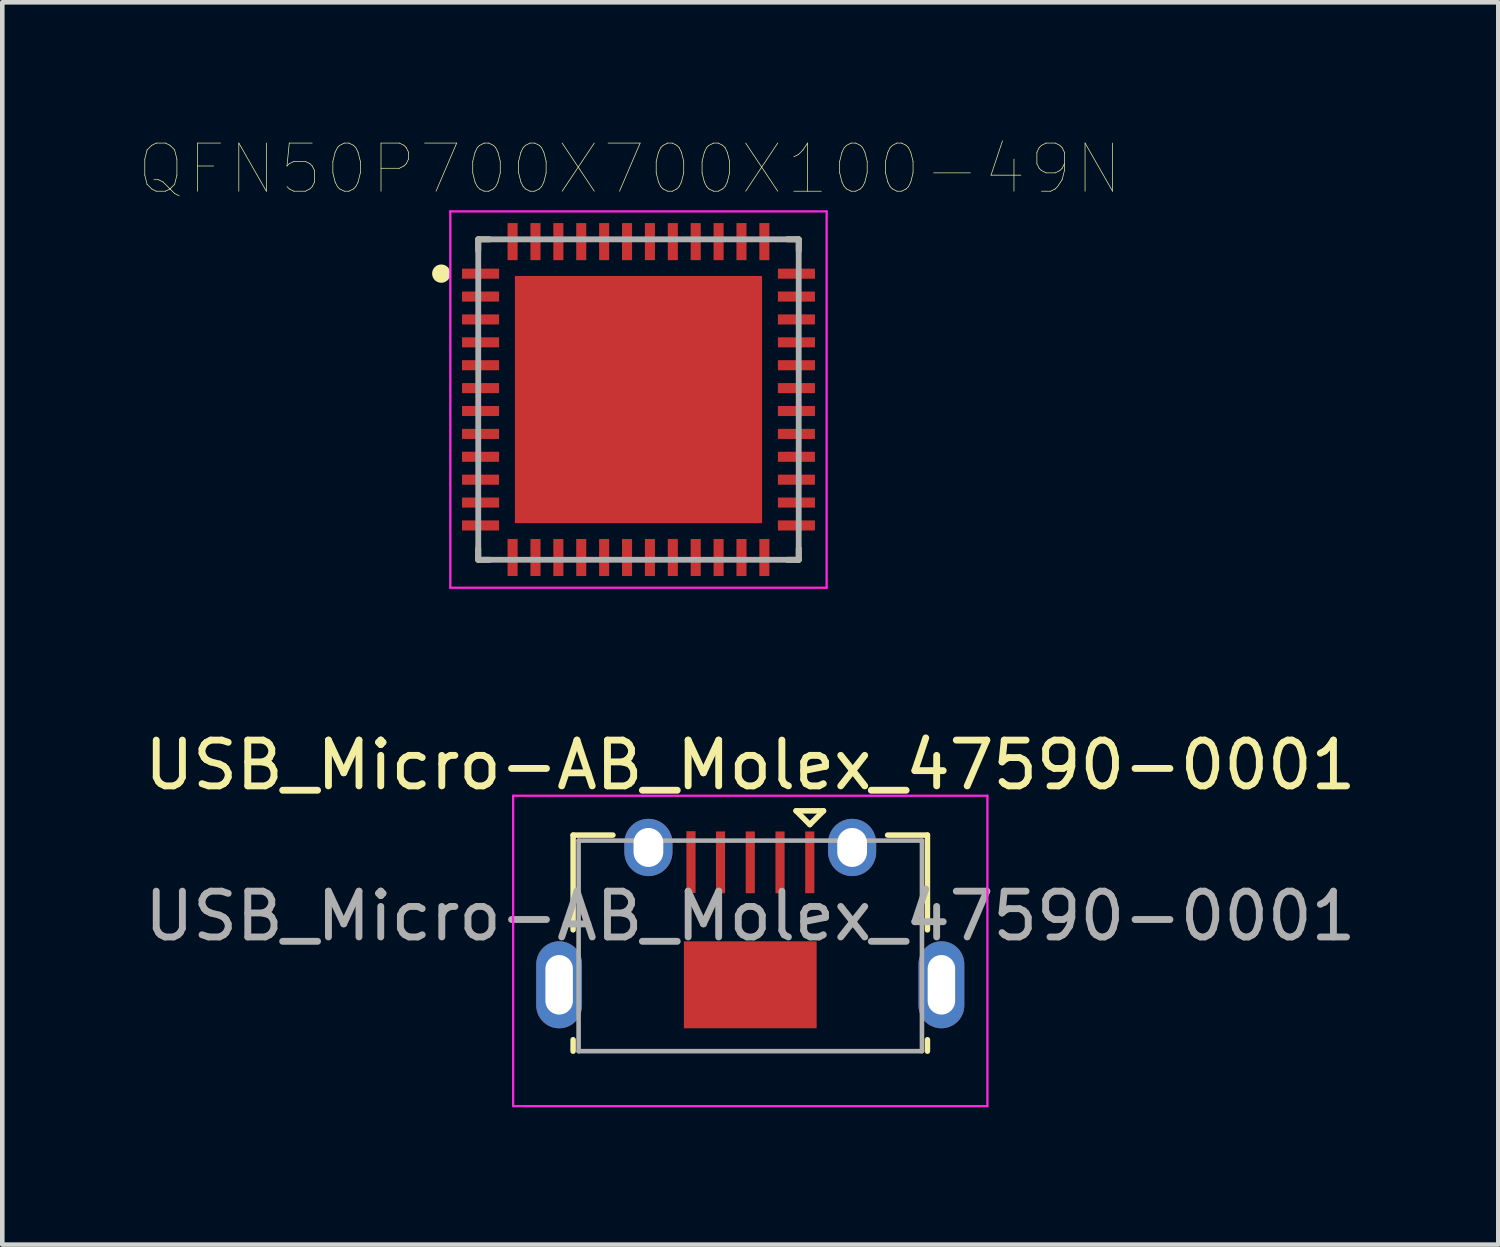
<source format=kicad_pcb>
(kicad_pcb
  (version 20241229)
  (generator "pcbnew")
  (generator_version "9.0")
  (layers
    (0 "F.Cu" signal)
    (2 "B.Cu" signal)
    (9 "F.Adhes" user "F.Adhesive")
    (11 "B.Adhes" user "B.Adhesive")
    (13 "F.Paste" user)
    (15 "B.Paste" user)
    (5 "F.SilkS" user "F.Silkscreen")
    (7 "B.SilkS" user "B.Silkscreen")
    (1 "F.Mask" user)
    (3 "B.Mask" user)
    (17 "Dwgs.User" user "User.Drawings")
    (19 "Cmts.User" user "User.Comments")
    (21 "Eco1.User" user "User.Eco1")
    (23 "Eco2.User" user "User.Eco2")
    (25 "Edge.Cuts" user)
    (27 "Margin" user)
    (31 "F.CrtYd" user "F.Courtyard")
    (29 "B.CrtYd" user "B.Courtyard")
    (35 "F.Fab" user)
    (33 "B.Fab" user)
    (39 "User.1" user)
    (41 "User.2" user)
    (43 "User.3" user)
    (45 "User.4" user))
  (footprint "QFN50P700X700X100-49N"
    (layer "F.Cu")
    (at 10.897 5.678)
    (property "Reference" "QFN50P700X700X100-49N" (at -0.189 -5.037 0) (layer "F.SilkS") (effects (font (size 1.052 1.052) (thickness 0.015))))
    (attr through_hole)
    (fp_line (start -3.5 -3.5) (end -3.25 -3.5) (stroke (width 0.127) (type solid)) (layer "F.SilkS"))
    (fp_line (start -3.5 -3.25) (end -3.5 -3.5) (stroke (width 0.127) (type solid)) (layer "F.SilkS"))
    (fp_line (start -3.5 3.25) (end -3.5 3.5) (stroke (width 0.127) (type solid)) (layer "F.SilkS"))
    (fp_line (start -3.5 3.5) (end -3.25 3.5) (stroke (width 0.127) (type solid)) (layer "F.SilkS"))
    (fp_line (start 3.25 -3.5) (end 3.5 -3.5) (stroke (width 0.127) (type solid)) (layer "F.SilkS"))
    (fp_line (start 3.25 3.5) (end 3.5 3.5) (stroke (width 0.127) (type solid)) (layer "F.SilkS"))
    (fp_line (start 3.5 -3.5) (end 3.5 -3.25) (stroke (width 0.127) (type solid)) (layer "F.SilkS"))
    (fp_line (start 3.5 3.5) (end 3.5 3.25) (stroke (width 0.127) (type solid)) (layer "F.SilkS"))
    (fp_circle (center -4.308 -2.751) (end -4.208 -2.751) (stroke (width 0.2) (type solid)) (fill no) (layer "F.SilkS"))
    (fp_poly (pts (xy -1.703 -1.7) (xy 1.7 -1.7) (xy 1.7 1.703) (xy -1.703 1.703)) (stroke (width 0.01) (type solid)) (fill yes) (layer "F.Paste"))
    (fp_line (start -4.11 -4.11) (end 4.11 -4.11) (stroke (width 0.05) (type solid)) (layer "F.CrtYd"))
    (fp_line (start -4.11 4.11) (end -4.11 -4.11) (stroke (width 0.05) (type solid)) (layer "F.CrtYd"))
    (fp_line (start 4.11 -4.11) (end 4.11 4.11) (stroke (width 0.05) (type solid)) (layer "F.CrtYd"))
    (fp_line (start 4.11 4.11) (end -4.11 4.11) (stroke (width 0.05) (type solid)) (layer "F.CrtYd"))
    (fp_line (start -3.5 -3.5) (end -3.5 3.5) (stroke (width 0.127) (type solid)) (layer "F.Fab"))
    (fp_line (start -3.5 3.5) (end 3.5 3.5) (stroke (width 0.127) (type solid)) (layer "F.Fab"))
    (fp_line (start 3.5 -3.5) (end -3.5 -3.5) (stroke (width 0.127) (type solid)) (layer "F.Fab"))
    (fp_line (start 3.5 3.5) (end 3.5 -3.5) (stroke (width 0.127) (type solid)) (layer "F.Fab"))
    (pad "1" smd rect (at -3.45 -2.75) (size 0.81 0.22) (layers "F.Cu" "F.Mask" "F.Paste"))
    (pad "2" smd rect (at -3.45 -2.25) (size 0.81 0.22) (layers "F.Cu" "F.Mask" "F.Paste"))
    (pad "3" smd rect (at -3.45 -1.75) (size 0.81 0.22) (layers "F.Cu" "F.Mask" "F.Paste"))
    (pad "4" smd rect (at -3.45 -1.25) (size 0.81 0.22) (layers "F.Cu" "F.Mask" "F.Paste"))
    (pad "5" smd rect (at -3.45 -0.75) (size 0.81 0.22) (layers "F.Cu" "F.Mask" "F.Paste"))
    (pad "6" smd rect (at -3.45 -0.25) (size 0.81 0.22) (layers "F.Cu" "F.Mask" "F.Paste"))
    (pad "7" smd rect (at -3.45 0.25) (size 0.81 0.22) (layers "F.Cu" "F.Mask" "F.Paste"))
    (pad "8" smd rect (at -3.45 0.75) (size 0.81 0.22) (layers "F.Cu" "F.Mask" "F.Paste"))
    (pad "9" smd rect (at -3.45 1.25) (size 0.81 0.22) (layers "F.Cu" "F.Mask" "F.Paste"))
    (pad "10" smd rect (at -3.45 1.75) (size 0.81 0.22) (layers "F.Cu" "F.Mask" "F.Paste"))
    (pad "11" smd rect (at -3.45 2.25) (size 0.81 0.22) (layers "F.Cu" "F.Mask" "F.Paste"))
    (pad "12" smd rect (at -3.45 2.75) (size 0.81 0.22) (layers "F.Cu" "F.Mask" "F.Paste"))
    (pad "13" smd rect (at -2.75 3.45) (size 0.22 0.81) (layers "F.Cu" "F.Mask" "F.Paste"))
    (pad "14" smd rect (at -2.25 3.45) (size 0.22 0.81) (layers "F.Cu" "F.Mask" "F.Paste"))
    (pad "15" smd rect (at -1.75 3.45) (size 0.22 0.81) (layers "F.Cu" "F.Mask" "F.Paste"))
    (pad "16" smd rect (at -1.25 3.45) (size 0.22 0.81) (layers "F.Cu" "F.Mask" "F.Paste"))
    (pad "17" smd rect (at -0.75 3.45) (size 0.22 0.81) (layers "F.Cu" "F.Mask" "F.Paste"))
    (pad "18" smd rect (at -0.25 3.45) (size 0.22 0.81) (layers "F.Cu" "F.Mask" "F.Paste"))
    (pad "19" smd rect (at 0.25 3.45) (size 0.22 0.81) (layers "F.Cu" "F.Mask" "F.Paste"))
    (pad "20" smd rect (at 0.75 3.45) (size 0.22 0.81) (layers "F.Cu" "F.Mask" "F.Paste"))
    (pad "21" smd rect (at 1.25 3.45) (size 0.22 0.81) (layers "F.Cu" "F.Mask" "F.Paste"))
    (pad "22" smd rect (at 1.75 3.45) (size 0.22 0.81) (layers "F.Cu" "F.Mask" "F.Paste"))
    (pad "23" smd rect (at 2.25 3.45) (size 0.22 0.81) (layers "F.Cu" "F.Mask" "F.Paste"))
    (pad "24" smd rect (at 2.75 3.45) (size 0.22 0.81) (layers "F.Cu" "F.Mask" "F.Paste"))
    (pad "25" smd rect (at 3.45 2.75) (size 0.81 0.22) (layers "F.Cu" "F.Mask" "F.Paste"))
    (pad "26" smd rect (at 3.45 2.25) (size 0.81 0.22) (layers "F.Cu" "F.Mask" "F.Paste"))
    (pad "27" smd rect (at 3.45 1.75) (size 0.81 0.22) (layers "F.Cu" "F.Mask" "F.Paste"))
    (pad "28" smd rect (at 3.45 1.25) (size 0.81 0.22) (layers "F.Cu" "F.Mask" "F.Paste"))
    (pad "29" smd rect (at 3.45 0.75) (size 0.81 0.22) (layers "F.Cu" "F.Mask" "F.Paste"))
    (pad "30" smd rect (at 3.45 0.25) (size 0.81 0.22) (layers "F.Cu" "F.Mask" "F.Paste"))
    (pad "31" smd rect (at 3.45 -0.25) (size 0.81 0.22) (layers "F.Cu" "F.Mask" "F.Paste"))
    (pad "32" smd rect (at 3.45 -0.75) (size 0.81 0.22) (layers "F.Cu" "F.Mask" "F.Paste"))
    (pad "33" smd rect (at 3.45 -1.25) (size 0.81 0.22) (layers "F.Cu" "F.Mask" "F.Paste"))
    (pad "34" smd rect (at 3.45 -1.75) (size 0.81 0.22) (layers "F.Cu" "F.Mask" "F.Paste"))
    (pad "35" smd rect (at 3.45 -2.25) (size 0.81 0.22) (layers "F.Cu" "F.Mask" "F.Paste"))
    (pad "36" smd rect (at 3.45 -2.75) (size 0.81 0.22) (layers "F.Cu" "F.Mask" "F.Paste"))
    (pad "37" smd rect (at 2.75 -3.45) (size 0.22 0.81) (layers "F.Cu" "F.Mask" "F.Paste"))
    (pad "38" smd rect (at 2.25 -3.45) (size 0.22 0.81) (layers "F.Cu" "F.Mask" "F.Paste"))
    (pad "39" smd rect (at 1.75 -3.45) (size 0.22 0.81) (layers "F.Cu" "F.Mask" "F.Paste"))
    (pad "40" smd rect (at 1.25 -3.45) (size 0.22 0.81) (layers "F.Cu" "F.Mask" "F.Paste"))
    (pad "41" smd rect (at 0.75 -3.45) (size 0.22 0.81) (layers "F.Cu" "F.Mask" "F.Paste"))
    (pad "42" smd rect (at 0.25 -3.45) (size 0.22 0.81) (layers "F.Cu" "F.Mask" "F.Paste"))
    (pad "43" smd rect (at -0.25 -3.45) (size 0.22 0.81) (layers "F.Cu" "F.Mask" "F.Paste"))
    (pad "44" smd rect (at -0.75 -3.45) (size 0.22 0.81) (layers "F.Cu" "F.Mask" "F.Paste"))
    (pad "45" smd rect (at -1.25 -3.45) (size 0.22 0.81) (layers "F.Cu" "F.Mask" "F.Paste"))
    (pad "46" smd rect (at -1.75 -3.45) (size 0.22 0.81) (layers "F.Cu" "F.Mask" "F.Paste"))
    (pad "47" smd rect (at -2.25 -3.45) (size 0.22 0.81) (layers "F.Cu" "F.Mask" "F.Paste"))
    (pad "48" smd rect (at -2.75 -3.45) (size 0.22 0.81) (layers "F.Cu" "F.Mask" "F.Paste"))
    (pad "EP" smd rect (at 0 0) (size 5.4 5.4) (layers "F.Cu" "F.Mask")))
  (footprint "USB_Micro-AB_Molex_47590-0001"
    (layer "F.Cu")
    (at 13.339 18.462)
    (property "Reference" "USB_Micro-AB_Molex_47590-0001" (at 0 -4.8 180) (layer "F.SilkS") (effects (font (size 1 1) (thickness 0.15))))
    (attr smd)
    (fp_line (start -3.87 -3.27) (end -3.87 -1.2) (stroke (width 0.12) (type solid)) (layer "F.SilkS"))
    (fp_line (start -3.87 -3.27) (end -3 -3.27) (stroke (width 0.12) (type solid)) (layer "F.SilkS"))
    (fp_line (start -3.87 1.2) (end -3.87 1.45) (stroke (width 0.12) (type solid)) (layer "F.SilkS"))
    (fp_line (start 1 -3.8) (end 1.6 -3.8) (stroke (width 0.12) (type solid)) (layer "F.SilkS"))
    (fp_line (start 1.3 -3.5) (end 1 -3.8) (stroke (width 0.12) (type solid)) (layer "F.SilkS"))
    (fp_line (start 1.3 -3.5) (end 1.6 -3.8) (stroke (width 0.12) (type solid)) (layer "F.SilkS"))
    (fp_line (start 3 -3.27) (end 3.87 -3.27) (stroke (width 0.12) (type solid)) (layer "F.SilkS"))
    (fp_line (start 3.87 -3.27) (end 3.87 -1.2) (stroke (width 0.12) (type solid)) (layer "F.SilkS"))
    (fp_line (start 3.87 1.2) (end 3.87 1.45) (stroke (width 0.12) (type solid)) (layer "F.SilkS"))
    (fp_line (start -5.18 -4.13) (end -5.18 2.65) (stroke (width 0.05) (type solid)) (layer "F.CrtYd"))
    (fp_line (start -5.18 -4.13) (end 5.18 -4.13) (stroke (width 0.05) (type solid)) (layer "F.CrtYd"))
    (fp_line (start -5.18 2.65) (end 5.18 2.65) (stroke (width 0.05) (type solid)) (layer "F.CrtYd"))
    (fp_line (start 5.18 -4.13) (end 5.18 2.65) (stroke (width 0.05) (type solid)) (layer "F.CrtYd"))
    (fp_line (start -3.75 -3.15) (end -3.75 1.45) (stroke (width 0.1) (type solid)) (layer "F.Fab"))
    (fp_line (start -3.75 -3.15) (end 3.75 -3.15) (stroke (width 0.1) (type solid)) (layer "F.Fab"))
    (fp_line (start -3.75 1.45) (end 3.75 1.45) (stroke (width 0.1) (type solid)) (layer "F.Fab"))
    (fp_line (start 3.75 -3.15) (end 3.75 1.45) (stroke (width 0.1) (type solid)) (layer "F.Fab"))
    (fp_text user "${REFERENCE}" (at 0 -1.5 0) (layer "F.Fab") (effects (font (size 1 1) (thickness 0.15))))
    (pad "1" smd rect (at 1.3 -2.675) (size 0.2 1.35) (layers "F.Cu" "F.Mask" "F.Paste"))
    (pad "2" smd rect (at 0.65 -2.675) (size 0.2 1.35) (layers "F.Cu" "F.Mask" "F.Paste"))
    (pad "3" smd rect (at 0 -2.675) (size 0.2 1.35) (layers "F.Cu" "F.Mask" "F.Paste"))
    (pad "4" smd rect (at -0.65 -2.675) (size 0.2 1.35) (layers "F.Cu" "F.Mask" "F.Paste"))
    (pad "5" smd rect (at -1.295 -2.68) (size 0.2 1.35) (layers "F.Cu" "F.Mask" "F.Paste"))
    (pad "6" thru_hole oval (at -4.175 0) (size 1 1.9) (drill oval 0.6 1.3) (layers "*.Cu" "*.Mask"))
    (pad "6" thru_hole oval (at -2.225 -3) (size 1.05 1.25) (drill oval 0.65 0.85) (layers "*.Cu" "*.Mask"))
    (pad "6" smd rect (at 0 0) (size 2.9 1.9) (layers "F.Cu" "F.Mask" "F.Paste"))
    (pad "6" thru_hole oval (at 2.225 -3) (size 1.05 1.25) (drill oval 0.65 0.85) (layers "*.Cu" "*.Mask"))
    (pad "6" thru_hole oval (at 4.175 0) (size 1 1.9) (drill oval 0.6 1.3) (layers "*.Cu" "*.Mask")))
  (gr_rect
    (start -3 -3)
    (end 29.679 24.137)
    (stroke (width 0.1) (type default))
    (fill no)
    (layer "Edge.Cuts")))
</source>
